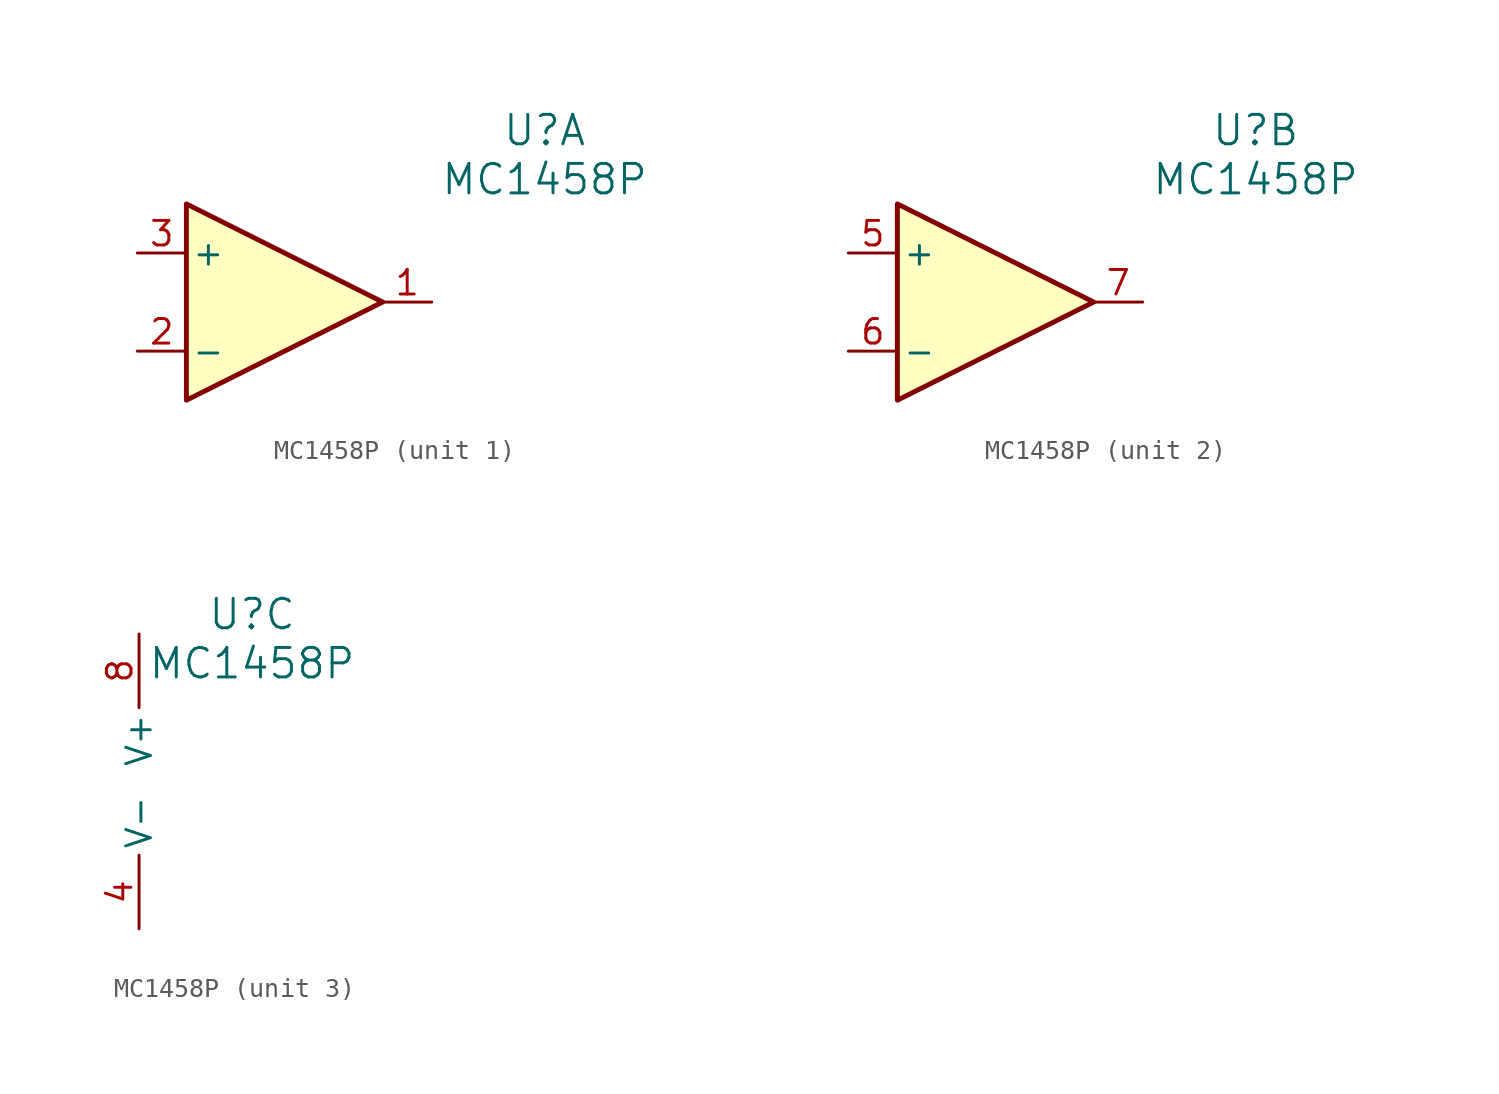
<source format=kicad_sym>
(kicad_symbol_lib
  (version 20220914)
  (generator kicad_symbol_editor)
  (symbol "MC1458P"
    (pin_names
      (offset 0.254))
    (property "Reference" "U"
      (at 5.842 8.89 0)
      (effects (font (size 1.524 1.524))))
    (property "Value" "MC1458P"
      (at 5.842 6.35 0)
      (effects (font (size 1.524 1.524))))
    (property "Footprint" ""
      (at 11.43 4.064 0)
      (effects (font (size 1.524 1.524))))
    (property "Datasheet" ""
      (at 0 0 0)
      (effects (font (size 1.524 1.524))))
    (property "ki_locked" ""
      (at 0 0 0)
      (effects (font (size 1.27 1.27))))
    (symbol "MC1458P_1_1"
      (polyline (pts (xy -12.7 5.08) (xy -2.54 0) (xy -12.7 -5.08) (xy -12.7 5.08)) (stroke (width 0.254) (type default)) (fill (type background)))
      (pin output line (at 0 0 180) (length 2.54) (name "~" (effects (font (size 1.27 1.27)))) (number "1" (effects (font (size 1.27 1.27)))))
      (pin input line (at -15.24 -2.54 0) (length 2.54) (name "-" (effects (font (size 1.27 1.27)))) (number "2" (effects (font (size 1.27 1.27)))))
      (pin input line (at -15.24 2.54 0) (length 2.54) (name "+" (effects (font (size 1.27 1.27)))) (number "3" (effects (font (size 1.27 1.27))))))
    (symbol "MC1458P_2_1"
      (polyline (pts (xy -12.7 5.08) (xy -2.54 0) (xy -12.7 -5.08) (xy -12.7 5.08)) (stroke (width 0.254) (type default)) (fill (type background)))
      (pin input line (at -15.24 2.54 0) (length 2.54) (name "+" (effects (font (size 1.27 1.27)))) (number "5" (effects (font (size 1.27 1.27)))))
      (pin input line (at -15.24 -2.54 0) (length 2.54) (name "-" (effects (font (size 1.27 1.27)))) (number "6" (effects (font (size 1.27 1.27)))))
      (pin output line (at 0 0 180) (length 2.54) (name "~" (effects (font (size 1.27 1.27)))) (number "7" (effects (font (size 1.27 1.27))))))
    (symbol "MC1458P_3_1"
      (pin power_in line (at 0 -7.366 90) (length 3.81) (name "V-" (effects (font (size 1.27 1.27)))) (number "4" (effects (font (size 1.27 1.27)))))
      (pin power_in line (at 0 7.874 270) (length 3.81) (name "V+" (effects (font (size 1.27 1.27)))) (number "8" (effects (font (size 1.27 1.27))))))))
</source>
